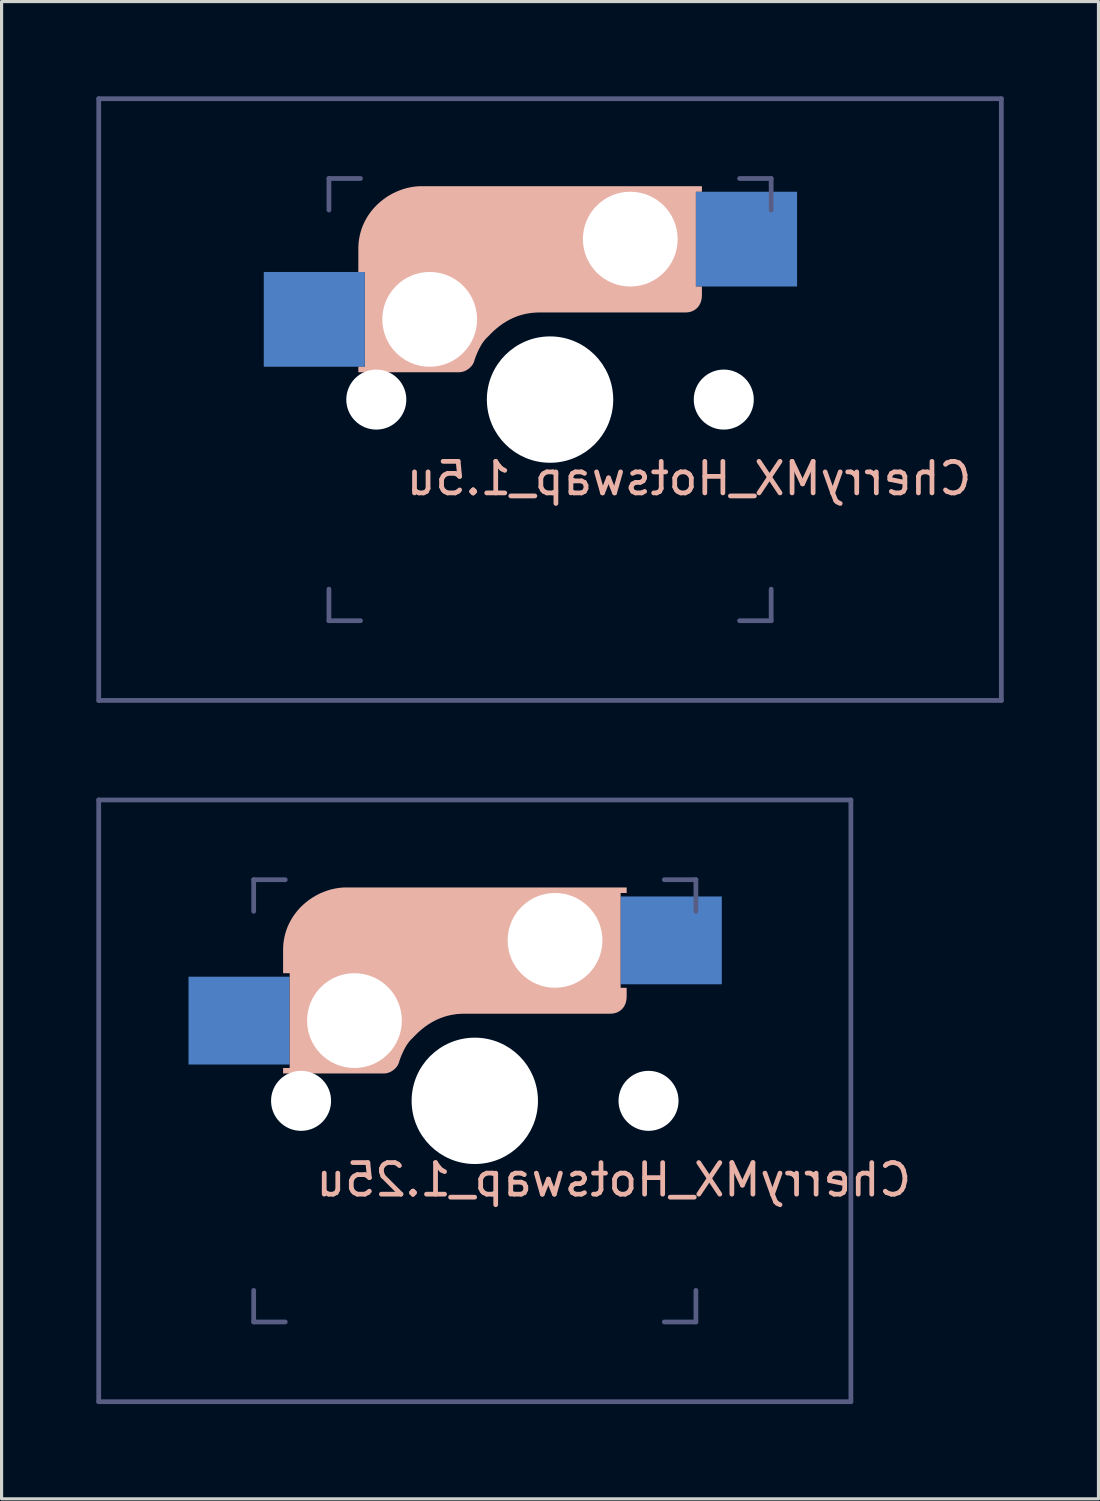
<source format=kicad_pcb>
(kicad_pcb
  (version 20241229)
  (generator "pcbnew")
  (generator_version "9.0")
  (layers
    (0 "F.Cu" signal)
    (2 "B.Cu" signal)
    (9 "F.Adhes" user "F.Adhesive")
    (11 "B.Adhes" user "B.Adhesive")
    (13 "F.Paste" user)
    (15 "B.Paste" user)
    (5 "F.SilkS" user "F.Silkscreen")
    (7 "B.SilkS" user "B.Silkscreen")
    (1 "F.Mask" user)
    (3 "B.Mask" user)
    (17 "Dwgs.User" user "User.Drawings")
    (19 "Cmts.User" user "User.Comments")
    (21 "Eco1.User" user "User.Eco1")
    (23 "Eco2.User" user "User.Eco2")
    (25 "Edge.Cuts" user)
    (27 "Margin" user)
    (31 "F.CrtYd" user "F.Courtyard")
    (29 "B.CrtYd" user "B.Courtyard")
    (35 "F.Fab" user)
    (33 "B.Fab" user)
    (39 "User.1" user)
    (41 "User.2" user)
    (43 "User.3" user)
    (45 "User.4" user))
  (footprint "CherryMX_Hotswap_1.5u"
    (layer "F.Cu")
    (at 14.363 9.6)
    (property "Reference" "CherryMX_Hotswap_1.5u" (at 4.4 2.5 0) (unlocked yes) (layer "B.SilkS") (effects (font (size 1 1) (thickness 0.15)) (justify mirror)))
    (attr through_hole)
    (fp_poly (pts (xy 4.808 -6.58) (xy 4.617 -6.58) (xy 4.617 -3.579) (xy 4.808 -3.579) (xy 4.808 -3.302) (xy 4.807 -3.272) (xy 4.805 -3.243) (xy 4.802 -3.215) (xy 4.798 -3.187) (xy 4.793 -3.16) (xy 4.787 -3.133) (xy 4.779 -3.108) (xy 4.771 -3.082) (xy 4.761 -3.058) (xy 4.75 -3.034) (xy 4.739 -3.012) (xy 4.726 -2.99) (xy 4.712 -2.968) (xy 4.698 -2.948) (xy 4.682 -2.929) (xy 4.665 -2.91) (xy 4.648 -2.893) (xy 4.629 -2.876) (xy 4.61 -2.861) (xy 4.59 -2.846) (xy 4.568 -2.832) (xy 4.546 -2.82) (xy 4.524 -2.808) (xy 4.5 -2.798) (xy 4.476 -2.789) (xy 4.45 -2.781) (xy 4.424 -2.774) (xy 4.397 -2.768) (xy 4.37 -2.764) (xy 4.342 -2.761) (xy 4.313 -2.759) (xy 4.283 -2.758) (xy -0.336 -2.758) (xy -0.446 -2.755) (xy -0.554 -2.747) (xy -0.662 -2.733) (xy -0.769 -2.714) (xy -0.874 -2.689) (xy -0.979 -2.658) (xy -1.082 -2.621) (xy -1.184 -2.578) (xy -1.286 -2.528) (xy -1.386 -2.472) (xy -1.485 -2.41) (xy -1.584 -2.34) (xy -1.681 -2.263) (xy -1.778 -2.18) (xy -1.873 -2.088) (xy -1.968 -1.989) (xy -2.003 -1.957) (xy -2.036 -1.922) (xy -2.068 -1.885) (xy -2.1 -1.845) (xy -2.13 -1.803) (xy -2.159 -1.759) (xy -2.187 -1.713) (xy -2.213 -1.666) (xy -2.239 -1.617) (xy -2.264 -1.568) (xy -2.287 -1.517) (xy -2.31 -1.466) (xy -2.331 -1.414) (xy -2.352 -1.362) (xy -2.371 -1.309) (xy -2.389 -1.257) (xy -2.394 -1.238) (xy -2.399 -1.219) (xy -2.406 -1.199) (xy -2.413 -1.181) (xy -2.421 -1.162) (xy -2.43 -1.144) (xy -2.441 -1.126) (xy -2.451 -1.108) (xy -2.463 -1.091) (xy -2.476 -1.074) (xy -2.489 -1.058) (xy -2.503 -1.042) (xy -2.518 -1.027) (xy -2.533 -1.012) (xy -2.549 -0.997) (xy -2.565 -0.984) (xy -2.582 -0.971) (xy -2.6 -0.958) (xy -2.618 -0.946) (xy -2.637 -0.935) (xy -2.656 -0.925) (xy -2.675 -0.915) (xy -2.695 -0.906) (xy -2.715 -0.898) (xy -2.736 -0.891) (xy -2.756 -0.885) (xy -2.777 -0.879) (xy -2.798 -0.875) (xy -2.82 -0.871) (xy -2.841 -0.868) (xy -2.863 -0.867) (xy -2.884 -0.866) (xy -6.069 -0.866) (xy -6.069 -1.04) (xy -5.86 -1.04) (xy -5.86 -4.04) (xy -6.069 -4.04) (xy -6.069 -4.779) (xy -6.066 -4.887) (xy -6.058 -4.994) (xy -6.043 -5.098) (xy -6.023 -5.2) (xy -5.998 -5.299) (xy -5.969 -5.396) (xy -5.934 -5.491) (xy -5.894 -5.582) (xy -5.85 -5.671) (xy -5.802 -5.757) (xy -5.75 -5.84) (xy -5.694 -5.919) (xy -5.635 -5.996) (xy -5.571 -6.07) (xy -5.505 -6.14) (xy -5.436 -6.207) (xy -5.363 -6.27) (xy -5.288 -6.33) (xy -5.211 -6.387) (xy -5.131 -6.44) (xy -5.049 -6.488) (xy -4.965 -6.534) (xy -4.879 -6.575) (xy -4.792 -6.612) (xy -4.704 -6.645) (xy -4.614 -6.674) (xy -4.524 -6.699) (xy -4.432 -6.719) (xy -4.34 -6.735) (xy -4.248 -6.747) (xy -4.156 -6.754) (xy -4.063 -6.756) (xy 4.808 -6.756)) (stroke (width -0.000001) (type solid)) (fill yes) (layer "B.SilkS"))
    (fp_line (start -14.287 -9.525) (end 14.287 -9.525) (stroke (width 0.15) (type solid)) (layer "B.Fab"))
    (fp_line (start -14.287 9.525) (end -14.287 -9.525) (stroke (width 0.15) (type solid)) (layer "B.Fab"))
    (fp_line (start -7 -7) (end -6 -7) (stroke (width 0.15) (type solid)) (layer "B.Fab"))
    (fp_line (start -7 -6) (end -7 -7) (stroke (width 0.15) (type solid)) (layer "B.Fab"))
    (fp_line (start -7 6) (end -7 7) (stroke (width 0.15) (type solid)) (layer "B.Fab"))
    (fp_line (start -7 7) (end -6 7) (stroke (width 0.15) (type solid)) (layer "B.Fab"))
    (fp_line (start 6 7) (end 7 7) (stroke (width 0.15) (type solid)) (layer "B.Fab"))
    (fp_line (start 7 -7) (end 6 -7) (stroke (width 0.15) (type solid)) (layer "B.Fab"))
    (fp_line (start 7 -7) (end 7 -6) (stroke (width 0.15) (type solid)) (layer "B.Fab"))
    (fp_line (start 7 7) (end 7 6) (stroke (width 0.15) (type solid)) (layer "B.Fab"))
    (fp_line (start 14.287 -9.525) (end 14.287 9.525) (stroke (width 0.15) (type solid)) (layer "B.Fab"))
    (fp_line (start 14.287 9.525) (end -14.287 9.525) (stroke (width 0.15) (type solid)) (layer "B.Fab"))
    (pad "" np_thru_hole circle (at -5.5 0 90) (size 1.9 1.9) (drill 1.9) (layers "*.Cu" "*.Mask"))
    (pad "" np_thru_hole circle (at -3.81 -2.54) (size 3 3) (drill 3) (layers "*.Cu" "*.Mask"))
    (pad "" np_thru_hole circle (at 0 0 90) (size 4 4) (drill 4) (layers "*.Cu"))
    (pad "" np_thru_hole circle (at 2.54 -5.08) (size 3 3) (drill 3) (layers "*.Cu" "*.Mask"))
    (pad "" np_thru_hole circle (at 5.5 0 90) (size 1.9 1.9) (drill 1.9) (layers "*.Cu" "*.Mask"))
    (pad "1" smd rect (at -7.085 -2.54 180) (size 3.2 3) (drill (offset 0.378 0)) (layers "B.Cu" "B.Mask" "B.Paste"))
    (pad "2" smd rect (at 5.842 -5.08 180) (size 3.2 3) (drill (offset -0.378 0)) (layers "B.Cu" "B.Mask" "B.Paste")))
  (footprint "CherryMX_Hotswap_1.25u"
    (layer "F.Cu")
    (at 11.981 31.8)
    (property "Reference" "CherryMX_Hotswap_1.25u" (at 4.4 2.5 0) (unlocked yes) (layer "B.SilkS") (effects (font (size 1 1) (thickness 0.15)) (justify mirror)))
    (attr through_hole)
    (fp_poly (pts (xy 4.808 -6.58) (xy 4.617 -6.58) (xy 4.617 -3.579) (xy 4.808 -3.579) (xy 4.808 -3.302) (xy 4.807 -3.272) (xy 4.805 -3.243) (xy 4.802 -3.215) (xy 4.798 -3.187) (xy 4.793 -3.16) (xy 4.787 -3.133) (xy 4.779 -3.108) (xy 4.771 -3.082) (xy 4.761 -3.058) (xy 4.75 -3.034) (xy 4.739 -3.012) (xy 4.726 -2.99) (xy 4.712 -2.968) (xy 4.698 -2.948) (xy 4.682 -2.929) (xy 4.665 -2.91) (xy 4.648 -2.893) (xy 4.629 -2.876) (xy 4.61 -2.861) (xy 4.59 -2.846) (xy 4.568 -2.832) (xy 4.546 -2.82) (xy 4.524 -2.808) (xy 4.5 -2.798) (xy 4.476 -2.789) (xy 4.45 -2.781) (xy 4.424 -2.774) (xy 4.397 -2.768) (xy 4.37 -2.764) (xy 4.342 -2.761) (xy 4.313 -2.759) (xy 4.283 -2.758) (xy -0.336 -2.758) (xy -0.446 -2.755) (xy -0.554 -2.747) (xy -0.662 -2.733) (xy -0.769 -2.714) (xy -0.874 -2.689) (xy -0.979 -2.658) (xy -1.082 -2.621) (xy -1.184 -2.578) (xy -1.286 -2.528) (xy -1.386 -2.472) (xy -1.485 -2.41) (xy -1.584 -2.34) (xy -1.681 -2.263) (xy -1.778 -2.18) (xy -1.873 -2.088) (xy -1.968 -1.989) (xy -2.003 -1.957) (xy -2.036 -1.922) (xy -2.068 -1.885) (xy -2.1 -1.845) (xy -2.13 -1.803) (xy -2.159 -1.759) (xy -2.187 -1.713) (xy -2.213 -1.666) (xy -2.239 -1.617) (xy -2.264 -1.568) (xy -2.287 -1.517) (xy -2.31 -1.466) (xy -2.331 -1.414) (xy -2.352 -1.362) (xy -2.371 -1.309) (xy -2.389 -1.257) (xy -2.394 -1.238) (xy -2.399 -1.219) (xy -2.406 -1.199) (xy -2.413 -1.181) (xy -2.421 -1.162) (xy -2.43 -1.144) (xy -2.441 -1.126) (xy -2.451 -1.108) (xy -2.463 -1.091) (xy -2.476 -1.074) (xy -2.489 -1.058) (xy -2.503 -1.042) (xy -2.518 -1.027) (xy -2.533 -1.012) (xy -2.549 -0.997) (xy -2.565 -0.984) (xy -2.582 -0.971) (xy -2.6 -0.958) (xy -2.618 -0.946) (xy -2.637 -0.935) (xy -2.656 -0.925) (xy -2.675 -0.915) (xy -2.695 -0.906) (xy -2.715 -0.898) (xy -2.736 -0.891) (xy -2.756 -0.885) (xy -2.777 -0.879) (xy -2.798 -0.875) (xy -2.82 -0.871) (xy -2.841 -0.868) (xy -2.863 -0.867) (xy -2.884 -0.866) (xy -6.069 -0.866) (xy -6.069 -1.04) (xy -5.86 -1.04) (xy -5.86 -4.04) (xy -6.069 -4.04) (xy -6.069 -4.779) (xy -6.066 -4.887) (xy -6.058 -4.994) (xy -6.043 -5.098) (xy -6.023 -5.2) (xy -5.998 -5.299) (xy -5.969 -5.396) (xy -5.934 -5.491) (xy -5.894 -5.582) (xy -5.85 -5.671) (xy -5.802 -5.757) (xy -5.75 -5.84) (xy -5.694 -5.919) (xy -5.635 -5.996) (xy -5.571 -6.07) (xy -5.505 -6.14) (xy -5.436 -6.207) (xy -5.363 -6.27) (xy -5.288 -6.33) (xy -5.211 -6.387) (xy -5.131 -6.44) (xy -5.049 -6.488) (xy -4.965 -6.534) (xy -4.879 -6.575) (xy -4.792 -6.612) (xy -4.704 -6.645) (xy -4.614 -6.674) (xy -4.524 -6.699) (xy -4.432 -6.719) (xy -4.34 -6.735) (xy -4.248 -6.747) (xy -4.156 -6.754) (xy -4.063 -6.756) (xy 4.808 -6.756)) (stroke (width -0.000001) (type solid)) (fill yes) (layer "B.SilkS"))
    (fp_line (start -11.906 -9.525) (end 11.906 -9.525) (stroke (width 0.15) (type solid)) (layer "B.Fab"))
    (fp_line (start -11.906 9.525) (end -11.906 -9.525) (stroke (width 0.15) (type solid)) (layer "B.Fab"))
    (fp_line (start -7 -7) (end -6 -7) (stroke (width 0.15) (type solid)) (layer "B.Fab"))
    (fp_line (start -7 -6) (end -7 -7) (stroke (width 0.15) (type solid)) (layer "B.Fab"))
    (fp_line (start -7 6) (end -7 7) (stroke (width 0.15) (type solid)) (layer "B.Fab"))
    (fp_line (start -7 7) (end -6 7) (stroke (width 0.15) (type solid)) (layer "B.Fab"))
    (fp_line (start 6 7) (end 7 7) (stroke (width 0.15) (type solid)) (layer "B.Fab"))
    (fp_line (start 7 -7) (end 6 -7) (stroke (width 0.15) (type solid)) (layer "B.Fab"))
    (fp_line (start 7 -7) (end 7 -6) (stroke (width 0.15) (type solid)) (layer "B.Fab"))
    (fp_line (start 7 7) (end 7 6) (stroke (width 0.15) (type solid)) (layer "B.Fab"))
    (fp_line (start 11.906 -9.525) (end 11.906 9.525) (stroke (width 0.15) (type solid)) (layer "B.Fab"))
    (fp_line (start 11.906 9.525) (end -11.906 9.525) (stroke (width 0.15) (type solid)) (layer "B.Fab"))
    (pad "" np_thru_hole circle (at -5.5 0 90) (size 1.9 1.9) (drill 1.9) (layers "*.Cu" "*.Mask"))
    (pad "" np_thru_hole circle (at -3.81 -2.54) (size 3 3) (drill 3) (layers "*.Cu" "*.Mask"))
    (pad "" np_thru_hole circle (at 0 0 90) (size 4 4) (drill 4) (layers "*.Cu"))
    (pad "" np_thru_hole circle (at 2.54 -5.08) (size 3 3) (drill 3) (layers "*.Cu" "*.Mask"))
    (pad "" np_thru_hole circle (at 5.5 0 90) (size 1.9 1.9) (drill 1.9) (layers "*.Cu" "*.Mask"))
    (pad "1" smd rect (at -7.085 -2.54 180) (size 3.2 2.78) (drill (offset 0.378 0)) (layers "B.Cu" "B.Mask" "B.Paste"))
    (pad "2" smd rect (at 5.842 -5.08 180) (size 3.2 2.78) (drill (offset -0.378 0)) (layers "B.Cu" "B.Mask" "B.Paste")))
  (gr_rect
    (start -3 -3)
    (end 31.725 44.4)
    (stroke (width 0.1) (type default))
    (fill no)
    (layer "Edge.Cuts")))
</source>
